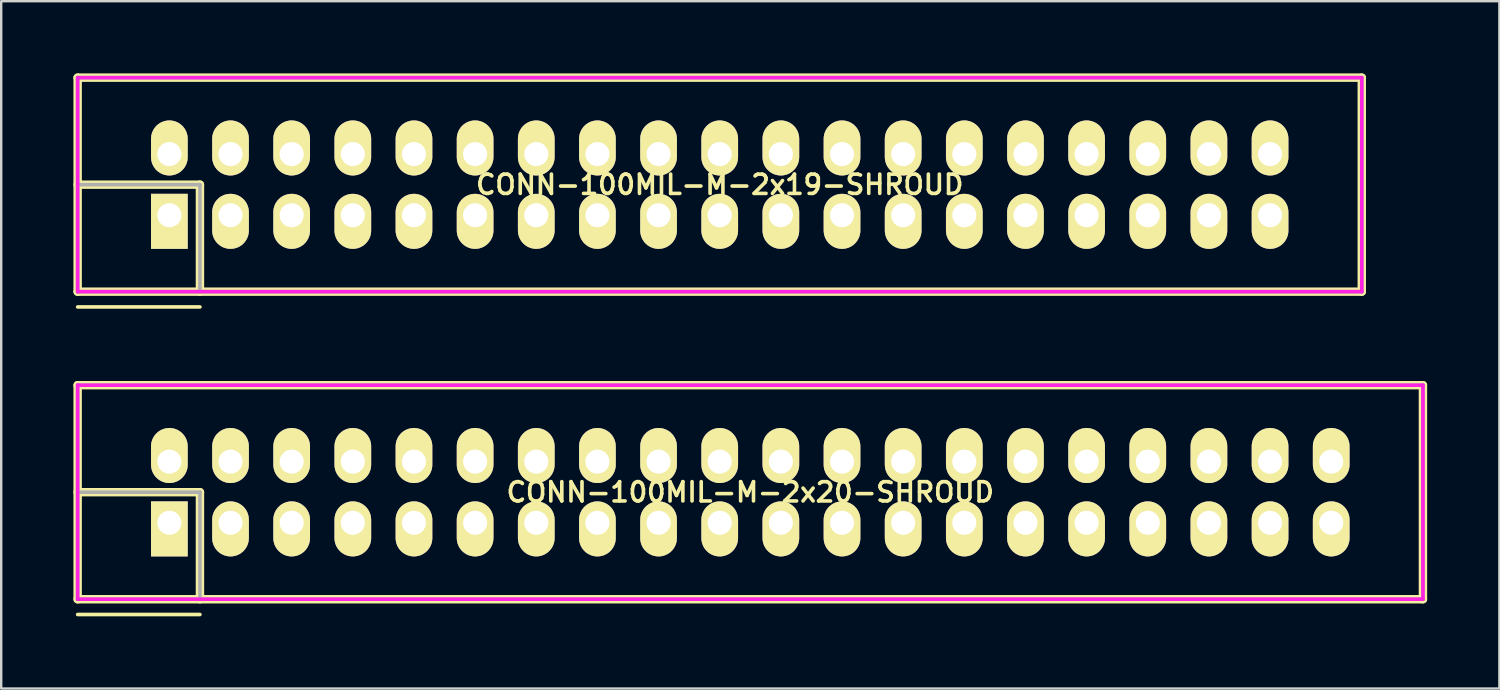
<source format=kicad_pcb>
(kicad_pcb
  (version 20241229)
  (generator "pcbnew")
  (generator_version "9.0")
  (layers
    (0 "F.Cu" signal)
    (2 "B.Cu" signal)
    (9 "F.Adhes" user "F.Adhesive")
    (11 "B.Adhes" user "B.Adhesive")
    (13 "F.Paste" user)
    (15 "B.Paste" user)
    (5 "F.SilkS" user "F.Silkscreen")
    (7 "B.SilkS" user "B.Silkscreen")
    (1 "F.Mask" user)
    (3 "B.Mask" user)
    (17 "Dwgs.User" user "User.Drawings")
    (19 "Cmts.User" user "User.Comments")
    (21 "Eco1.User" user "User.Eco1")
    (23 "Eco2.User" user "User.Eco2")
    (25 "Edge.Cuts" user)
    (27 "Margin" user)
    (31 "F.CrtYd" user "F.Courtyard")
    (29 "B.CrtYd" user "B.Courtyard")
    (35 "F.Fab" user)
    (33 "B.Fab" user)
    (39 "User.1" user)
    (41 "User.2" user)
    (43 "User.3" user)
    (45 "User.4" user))
  (footprint "CONN-100MIL-M-2x19-SHROUD"
    (layer "F.Cu")
    (at 26.845 4.62)
    (property "Reference" "CONN-100MIL-M-2x19-SHROUD" (at 0 0 0) (layer "F.SilkS") (effects (font (size 0.8 0.8) (thickness 0.15))))
    (attr through_hole)
    (fp_line (start -26.67 -4.445) (end 26.67 -4.445) (stroke (width 0.35) (type solid)) (layer "F.SilkS"))
    (fp_line (start -26.67 0) (end -21.59 0) (stroke (width 0.35) (type solid)) (layer "F.SilkS"))
    (fp_line (start -26.67 4.445) (end -26.67 -4.445) (stroke (width 0.35) (type solid)) (layer "F.SilkS"))
    (fp_line (start -26.67 5.08) (end -21.59 5.08) (stroke (width 0.15) (type solid)) (layer "F.SilkS"))
    (fp_line (start -21.59 0) (end -21.59 4.445) (stroke (width 0.35) (type solid)) (layer "F.SilkS"))
    (fp_line (start 26.67 -4.445) (end 26.67 4.445) (stroke (width 0.35) (type solid)) (layer "F.SilkS"))
    (fp_line (start 26.67 4.445) (end -26.67 4.445) (stroke (width 0.35) (type solid)) (layer "F.SilkS"))
    (fp_line (start -26.67 -4.445) (end 26.67 -4.445) (stroke (width 0.15) (type solid)) (layer "F.CrtYd"))
    (fp_line (start -26.67 4.445) (end -26.67 -4.445) (stroke (width 0.15) (type solid)) (layer "F.CrtYd"))
    (fp_line (start 26.67 -4.445) (end 26.67 4.445) (stroke (width 0.15) (type solid)) (layer "F.CrtYd"))
    (fp_line (start 26.67 4.445) (end -26.67 4.445) (stroke (width 0.15) (type solid)) (layer "F.CrtYd"))
    (fp_line (start -26.67 -4.445) (end 26.67 -4.445) (stroke (width 0.15) (type solid)) (layer "F.Fab"))
    (fp_line (start -26.67 0) (end -21.59 0) (stroke (width 0.15) (type solid)) (layer "F.Fab"))
    (fp_line (start -26.67 4.445) (end -26.67 -4.445) (stroke (width 0.15) (type solid)) (layer "F.Fab"))
    (fp_line (start -21.59 0) (end -21.59 4.445) (stroke (width 0.15) (type solid)) (layer "F.Fab"))
    (fp_line (start 26.67 -4.445) (end 26.67 4.445) (stroke (width 0.15) (type solid)) (layer "F.Fab"))
    (fp_line (start 26.67 4.445) (end -26.67 4.445) (stroke (width 0.15) (type solid)) (layer "F.Fab"))
    (pad "1" thru_hole rect (at -22.86 1.27) (size 1.524 2.286) (drill 1 (offset 0 0.254)) (layers "*.Cu" "*.Mask" "F.SilkS"))
    (pad "2" thru_hole oval (at -22.86 -1.27) (size 1.524 2.286) (drill 1 (offset 0 -0.254)) (layers "*.Cu" "*.Mask" "F.SilkS"))
    (pad "3" thru_hole oval (at -20.32 1.27) (size 1.524 2.286) (drill 1 (offset 0 0.254)) (layers "*.Cu" "*.Mask" "F.SilkS"))
    (pad "4" thru_hole oval (at -20.32 -1.27) (size 1.524 2.286) (drill 1 (offset 0 -0.254)) (layers "*.Cu" "*.Mask" "F.SilkS"))
    (pad "5" thru_hole oval (at -17.78 1.27) (size 1.524 2.286) (drill 1 (offset 0 0.254)) (layers "*.Cu" "*.Mask" "F.SilkS"))
    (pad "6" thru_hole oval (at -17.78 -1.27) (size 1.524 2.286) (drill 1 (offset 0 -0.254)) (layers "*.Cu" "*.Mask" "F.SilkS"))
    (pad "7" thru_hole oval (at -15.24 1.27) (size 1.524 2.286) (drill 1 (offset 0 0.254)) (layers "*.Cu" "*.Mask" "F.SilkS"))
    (pad "8" thru_hole oval (at -15.24 -1.27) (size 1.524 2.286) (drill 1 (offset 0 -0.254)) (layers "*.Cu" "*.Mask" "F.SilkS"))
    (pad "9" thru_hole oval (at -12.7 1.27) (size 1.524 2.286) (drill 1 (offset 0 0.254)) (layers "*.Cu" "*.Mask" "F.SilkS"))
    (pad "10" thru_hole oval (at -12.7 -1.27) (size 1.524 2.286) (drill 1 (offset 0 -0.254)) (layers "*.Cu" "*.Mask" "F.SilkS"))
    (pad "11" thru_hole oval (at -10.16 1.27) (size 1.524 2.286) (drill 1 (offset 0 0.254)) (layers "*.Cu" "*.Mask" "F.SilkS"))
    (pad "12" thru_hole oval (at -10.16 -1.27) (size 1.524 2.286) (drill 1 (offset 0 -0.254)) (layers "*.Cu" "*.Mask" "F.SilkS"))
    (pad "13" thru_hole oval (at -7.62 1.27) (size 1.524 2.286) (drill 1 (offset 0 0.254)) (layers "*.Cu" "*.Mask" "F.SilkS"))
    (pad "14" thru_hole oval (at -7.62 -1.27) (size 1.524 2.286) (drill 1 (offset 0 -0.254)) (layers "*.Cu" "*.Mask" "F.SilkS"))
    (pad "15" thru_hole oval (at -5.08 1.27) (size 1.524 2.286) (drill 1 (offset 0 0.254)) (layers "*.Cu" "*.Mask" "F.SilkS"))
    (pad "16" thru_hole oval (at -5.08 -1.27) (size 1.524 2.286) (drill 1 (offset 0 -0.254)) (layers "*.Cu" "*.Mask" "F.SilkS"))
    (pad "17" thru_hole oval (at -2.54 1.27) (size 1.524 2.286) (drill 1 (offset 0 0.254)) (layers "*.Cu" "*.Mask" "F.SilkS"))
    (pad "18" thru_hole oval (at -2.54 -1.27) (size 1.524 2.286) (drill 1 (offset 0 -0.254)) (layers "*.Cu" "*.Mask" "F.SilkS"))
    (pad "19" thru_hole oval (at 0 1.27) (size 1.524 2.286) (drill 1 (offset 0 0.254)) (layers "*.Cu" "*.Mask" "F.SilkS"))
    (pad "20" thru_hole oval (at 0 -1.27) (size 1.524 2.286) (drill 1 (offset 0 -0.254)) (layers "*.Cu" "*.Mask" "F.SilkS"))
    (pad "21" thru_hole oval (at 2.54 1.27) (size 1.524 2.286) (drill 1 (offset 0 0.254)) (layers "*.Cu" "*.Mask" "F.SilkS"))
    (pad "22" thru_hole oval (at 2.54 -1.27) (size 1.524 2.286) (drill 1 (offset 0 -0.254)) (layers "*.Cu" "*.Mask" "F.SilkS"))
    (pad "23" thru_hole oval (at 5.08 1.27) (size 1.524 2.286) (drill 1 (offset 0 0.254)) (layers "*.Cu" "*.Mask" "F.SilkS"))
    (pad "24" thru_hole oval (at 5.08 -1.27) (size 1.524 2.286) (drill 1 (offset 0 -0.254)) (layers "*.Cu" "*.Mask" "F.SilkS"))
    (pad "25" thru_hole oval (at 7.62 1.27) (size 1.524 2.286) (drill 1 (offset 0 0.254)) (layers "*.Cu" "*.Mask" "F.SilkS"))
    (pad "26" thru_hole oval (at 7.62 -1.27) (size 1.524 2.286) (drill 1 (offset 0 -0.254)) (layers "*.Cu" "*.Mask" "F.SilkS"))
    (pad "27" thru_hole oval (at 10.16 1.27) (size 1.524 2.286) (drill 1 (offset 0 0.254)) (layers "*.Cu" "*.Mask" "F.SilkS"))
    (pad "28" thru_hole oval (at 10.16 -1.27) (size 1.524 2.286) (drill 1 (offset 0 -0.254)) (layers "*.Cu" "*.Mask" "F.SilkS"))
    (pad "29" thru_hole oval (at 12.7 1.27) (size 1.524 2.286) (drill 1 (offset 0 0.254)) (layers "*.Cu" "*.Mask" "F.SilkS"))
    (pad "30" thru_hole oval (at 12.7 -1.27) (size 1.524 2.286) (drill 1 (offset 0 -0.254)) (layers "*.Cu" "*.Mask" "F.SilkS"))
    (pad "31" thru_hole oval (at 15.24 1.27) (size 1.524 2.286) (drill 1 (offset 0 0.254)) (layers "*.Cu" "*.Mask" "F.SilkS"))
    (pad "32" thru_hole oval (at 15.24 -1.27) (size 1.524 2.286) (drill 1 (offset 0 -0.254)) (layers "*.Cu" "*.Mask" "F.SilkS"))
    (pad "33" thru_hole oval (at 17.78 1.27) (size 1.524 2.286) (drill 1 (offset 0 0.254)) (layers "*.Cu" "*.Mask" "F.SilkS"))
    (pad "34" thru_hole oval (at 17.78 -1.27) (size 1.524 2.286) (drill 1 (offset 0 -0.254)) (layers "*.Cu" "*.Mask" "F.SilkS"))
    (pad "35" thru_hole oval (at 20.32 1.27) (size 1.524 2.286) (drill 1 (offset 0 0.254)) (layers "*.Cu" "*.Mask" "F.SilkS"))
    (pad "36" thru_hole oval (at 20.32 -1.27) (size 1.524 2.286) (drill 1 (offset 0 -0.254)) (layers "*.Cu" "*.Mask" "F.SilkS"))
    (pad "37" thru_hole oval (at 22.86 1.27) (size 1.524 2.286) (drill 1 (offset 0 0.254)) (layers "*.Cu" "*.Mask" "F.SilkS"))
    (pad "38" thru_hole oval (at 22.86 -1.27) (size 1.524 2.286) (drill 1 (offset 0 -0.254)) (layers "*.Cu" "*.Mask" "F.SilkS")))
  (footprint "CONN-100MIL-M-2x20-SHROUD"
    (layer "F.Cu")
    (at 28.115 17.395)
    (property "Reference" "CONN-100MIL-M-2x20-SHROUD" (at 0 0 0) (layer "F.SilkS") (effects (font (size 0.8 0.8) (thickness 0.15))))
    (attr through_hole)
    (fp_line (start -27.94 -4.445) (end 27.94 -4.445) (stroke (width 0.35) (type solid)) (layer "F.SilkS"))
    (fp_line (start -27.94 0) (end -22.86 0) (stroke (width 0.35) (type solid)) (layer "F.SilkS"))
    (fp_line (start -27.94 4.445) (end -27.94 -4.445) (stroke (width 0.35) (type solid)) (layer "F.SilkS"))
    (fp_line (start -27.94 5.08) (end -22.86 5.08) (stroke (width 0.15) (type solid)) (layer "F.SilkS"))
    (fp_line (start -22.86 0) (end -22.86 4.445) (stroke (width 0.35) (type solid)) (layer "F.SilkS"))
    (fp_line (start 27.94 -4.445) (end 27.94 4.445) (stroke (width 0.35) (type solid)) (layer "F.SilkS"))
    (fp_line (start 27.94 4.445) (end -27.94 4.445) (stroke (width 0.35) (type solid)) (layer "F.SilkS"))
    (fp_line (start -27.94 -4.445) (end 27.94 -4.445) (stroke (width 0.15) (type solid)) (layer "F.CrtYd"))
    (fp_line (start -27.94 4.445) (end -27.94 -4.445) (stroke (width 0.15) (type solid)) (layer "F.CrtYd"))
    (fp_line (start 27.94 -4.445) (end 27.94 4.445) (stroke (width 0.15) (type solid)) (layer "F.CrtYd"))
    (fp_line (start 27.94 4.445) (end -27.94 4.445) (stroke (width 0.15) (type solid)) (layer "F.CrtYd"))
    (fp_line (start -27.94 -4.445) (end 27.94 -4.445) (stroke (width 0.15) (type solid)) (layer "F.Fab"))
    (fp_line (start -27.94 0) (end -22.86 0) (stroke (width 0.15) (type solid)) (layer "F.Fab"))
    (fp_line (start -27.94 4.445) (end -27.94 -4.445) (stroke (width 0.15) (type solid)) (layer "F.Fab"))
    (fp_line (start -22.86 0) (end -22.86 4.445) (stroke (width 0.15) (type solid)) (layer "F.Fab"))
    (fp_line (start 27.94 -4.445) (end 27.94 4.445) (stroke (width 0.15) (type solid)) (layer "F.Fab"))
    (fp_line (start 27.94 4.445) (end -27.94 4.445) (stroke (width 0.15) (type solid)) (layer "F.Fab"))
    (pad "1" thru_hole rect (at -24.13 1.27) (size 1.524 2.286) (drill 1 (offset 0 0.254)) (layers "*.Cu" "*.Mask" "F.SilkS"))
    (pad "2" thru_hole oval (at -24.13 -1.27) (size 1.524 2.286) (drill 1 (offset 0 -0.254)) (layers "*.Cu" "*.Mask" "F.SilkS"))
    (pad "3" thru_hole oval (at -21.59 1.27) (size 1.524 2.286) (drill 1 (offset 0 0.254)) (layers "*.Cu" "*.Mask" "F.SilkS"))
    (pad "4" thru_hole oval (at -21.59 -1.27) (size 1.524 2.286) (drill 1 (offset 0 -0.254)) (layers "*.Cu" "*.Mask" "F.SilkS"))
    (pad "5" thru_hole oval (at -19.05 1.27) (size 1.524 2.286) (drill 1 (offset 0 0.254)) (layers "*.Cu" "*.Mask" "F.SilkS"))
    (pad "6" thru_hole oval (at -19.05 -1.27) (size 1.524 2.286) (drill 1 (offset 0 -0.254)) (layers "*.Cu" "*.Mask" "F.SilkS"))
    (pad "7" thru_hole oval (at -16.51 1.27) (size 1.524 2.286) (drill 1 (offset 0 0.254)) (layers "*.Cu" "*.Mask" "F.SilkS"))
    (pad "8" thru_hole oval (at -16.51 -1.27) (size 1.524 2.286) (drill 1 (offset 0 -0.254)) (layers "*.Cu" "*.Mask" "F.SilkS"))
    (pad "9" thru_hole oval (at -13.97 1.27) (size 1.524 2.286) (drill 1 (offset 0 0.254)) (layers "*.Cu" "*.Mask" "F.SilkS"))
    (pad "10" thru_hole oval (at -13.97 -1.27) (size 1.524 2.286) (drill 1 (offset 0 -0.254)) (layers "*.Cu" "*.Mask" "F.SilkS"))
    (pad "11" thru_hole oval (at -11.43 1.27) (size 1.524 2.286) (drill 1 (offset 0 0.254)) (layers "*.Cu" "*.Mask" "F.SilkS"))
    (pad "12" thru_hole oval (at -11.43 -1.27) (size 1.524 2.286) (drill 1 (offset 0 -0.254)) (layers "*.Cu" "*.Mask" "F.SilkS"))
    (pad "13" thru_hole oval (at -8.89 1.27) (size 1.524 2.286) (drill 1 (offset 0 0.254)) (layers "*.Cu" "*.Mask" "F.SilkS"))
    (pad "14" thru_hole oval (at -8.89 -1.27) (size 1.524 2.286) (drill 1 (offset 0 -0.254)) (layers "*.Cu" "*.Mask" "F.SilkS"))
    (pad "15" thru_hole oval (at -6.35 1.27) (size 1.524 2.286) (drill 1 (offset 0 0.254)) (layers "*.Cu" "*.Mask" "F.SilkS"))
    (pad "16" thru_hole oval (at -6.35 -1.27) (size 1.524 2.286) (drill 1 (offset 0 -0.254)) (layers "*.Cu" "*.Mask" "F.SilkS"))
    (pad "17" thru_hole oval (at -3.81 1.27) (size 1.524 2.286) (drill 1 (offset 0 0.254)) (layers "*.Cu" "*.Mask" "F.SilkS"))
    (pad "18" thru_hole oval (at -3.81 -1.27) (size 1.524 2.286) (drill 1 (offset 0 -0.254)) (layers "*.Cu" "*.Mask" "F.SilkS"))
    (pad "19" thru_hole oval (at -1.27 1.27) (size 1.524 2.286) (drill 1 (offset 0 0.254)) (layers "*.Cu" "*.Mask" "F.SilkS"))
    (pad "20" thru_hole oval (at -1.27 -1.27) (size 1.524 2.286) (drill 1 (offset 0 -0.254)) (layers "*.Cu" "*.Mask" "F.SilkS"))
    (pad "21" thru_hole oval (at 1.27 1.27) (size 1.524 2.286) (drill 1 (offset 0 0.254)) (layers "*.Cu" "*.Mask" "F.SilkS"))
    (pad "22" thru_hole oval (at 1.27 -1.27) (size 1.524 2.286) (drill 1 (offset 0 -0.254)) (layers "*.Cu" "*.Mask" "F.SilkS"))
    (pad "23" thru_hole oval (at 3.81 1.27) (size 1.524 2.286) (drill 1 (offset 0 0.254)) (layers "*.Cu" "*.Mask" "F.SilkS"))
    (pad "24" thru_hole oval (at 3.81 -1.27) (size 1.524 2.286) (drill 1 (offset 0 -0.254)) (layers "*.Cu" "*.Mask" "F.SilkS"))
    (pad "25" thru_hole oval (at 6.35 1.27) (size 1.524 2.286) (drill 1 (offset 0 0.254)) (layers "*.Cu" "*.Mask" "F.SilkS"))
    (pad "26" thru_hole oval (at 6.35 -1.27) (size 1.524 2.286) (drill 1 (offset 0 -0.254)) (layers "*.Cu" "*.Mask" "F.SilkS"))
    (pad "27" thru_hole oval (at 8.89 1.27) (size 1.524 2.286) (drill 1 (offset 0 0.254)) (layers "*.Cu" "*.Mask" "F.SilkS"))
    (pad "28" thru_hole oval (at 8.89 -1.27) (size 1.524 2.286) (drill 1 (offset 0 -0.254)) (layers "*.Cu" "*.Mask" "F.SilkS"))
    (pad "29" thru_hole oval (at 11.43 1.27) (size 1.524 2.286) (drill 1 (offset 0 0.254)) (layers "*.Cu" "*.Mask" "F.SilkS"))
    (pad "30" thru_hole oval (at 11.43 -1.27) (size 1.524 2.286) (drill 1 (offset 0 -0.254)) (layers "*.Cu" "*.Mask" "F.SilkS"))
    (pad "31" thru_hole oval (at 13.97 1.27) (size 1.524 2.286) (drill 1 (offset 0 0.254)) (layers "*.Cu" "*.Mask" "F.SilkS"))
    (pad "32" thru_hole oval (at 13.97 -1.27) (size 1.524 2.286) (drill 1 (offset 0 -0.254)) (layers "*.Cu" "*.Mask" "F.SilkS"))
    (pad "33" thru_hole oval (at 16.51 1.27) (size 1.524 2.286) (drill 1 (offset 0 0.254)) (layers "*.Cu" "*.Mask" "F.SilkS"))
    (pad "34" thru_hole oval (at 16.51 -1.27) (size 1.524 2.286) (drill 1 (offset 0 -0.254)) (layers "*.Cu" "*.Mask" "F.SilkS"))
    (pad "35" thru_hole oval (at 19.05 1.27) (size 1.524 2.286) (drill 1 (offset 0 0.254)) (layers "*.Cu" "*.Mask" "F.SilkS"))
    (pad "36" thru_hole oval (at 19.05 -1.27) (size 1.524 2.286) (drill 1 (offset 0 -0.254)) (layers "*.Cu" "*.Mask" "F.SilkS"))
    (pad "37" thru_hole oval (at 21.59 1.27) (size 1.524 2.286) (drill 1 (offset 0 0.254)) (layers "*.Cu" "*.Mask" "F.SilkS"))
    (pad "38" thru_hole oval (at 21.59 -1.27) (size 1.524 2.286) (drill 1 (offset 0 -0.254)) (layers "*.Cu" "*.Mask" "F.SilkS"))
    (pad "39" thru_hole oval (at 24.13 1.27) (size 1.524 2.286) (drill 1 (offset 0 0.254)) (layers "*.Cu" "*.Mask" "F.SilkS"))
    (pad "40" thru_hole oval (at 24.13 -1.27) (size 1.524 2.286) (drill 1 (offset 0 -0.254)) (layers "*.Cu" "*.Mask" "F.SilkS")))
  (gr_rect
    (start -3 -3)
    (end 59.23 25.55)
    (stroke (width 0.1) (type default))
    (fill no)
    (layer "Edge.Cuts")))
</source>
